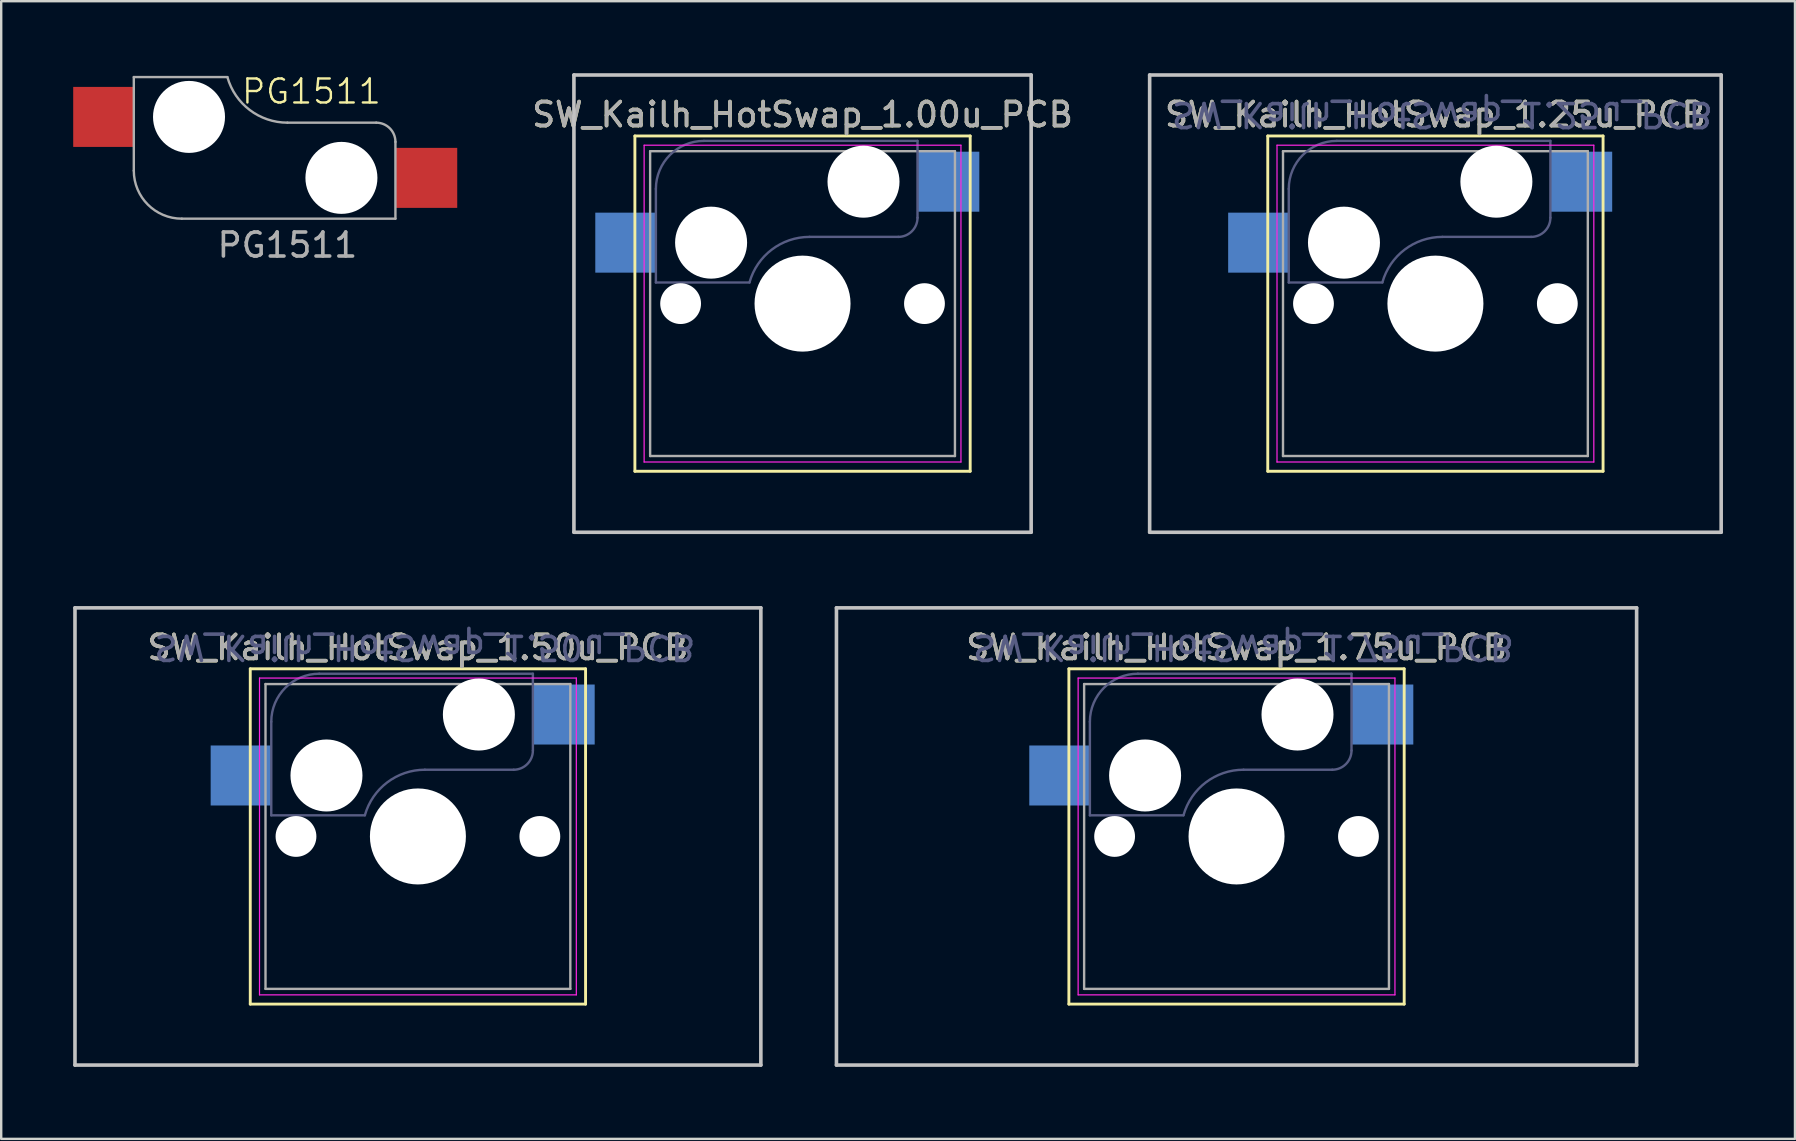
<source format=kicad_pcb>
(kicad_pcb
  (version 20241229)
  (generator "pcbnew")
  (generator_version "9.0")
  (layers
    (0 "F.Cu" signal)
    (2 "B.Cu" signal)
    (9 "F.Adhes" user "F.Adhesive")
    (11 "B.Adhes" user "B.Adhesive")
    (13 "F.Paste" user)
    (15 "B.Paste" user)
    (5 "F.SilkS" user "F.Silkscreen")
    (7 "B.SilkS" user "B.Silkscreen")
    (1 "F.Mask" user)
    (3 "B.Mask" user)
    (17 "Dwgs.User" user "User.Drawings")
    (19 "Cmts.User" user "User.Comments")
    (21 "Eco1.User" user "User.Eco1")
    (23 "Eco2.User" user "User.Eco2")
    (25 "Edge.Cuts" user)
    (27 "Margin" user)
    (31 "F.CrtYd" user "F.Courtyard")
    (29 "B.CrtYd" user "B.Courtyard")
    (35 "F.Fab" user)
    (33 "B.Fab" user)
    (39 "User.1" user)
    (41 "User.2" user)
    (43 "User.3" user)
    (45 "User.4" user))
  (footprint "SW_Kailh_HotSwap_1.00u_PCB"
    (layer "F.Cu")
    (at 32.927 4.52)
    (property "Reference" "SW_Kailh_HotSwap_1.00u_PCB" (at -2.54 -2.794 0) (layer "F.SilkS") (effects (font (size 1 1) (thickness 0.15))))
    (attr smd)
    (fp_line (start -9.525 -1.905) (end 4.445 -1.905) (stroke (width 0.12) (type solid)) (layer "F.SilkS"))
    (fp_line (start -9.525 12.065) (end -9.525 -1.905) (stroke (width 0.12) (type solid)) (layer "F.SilkS"))
    (fp_line (start 4.445 -1.905) (end 4.445 12.065) (stroke (width 0.12) (type solid)) (layer "F.SilkS"))
    (fp_line (start 4.445 12.065) (end -9.525 12.065) (stroke (width 0.12) (type solid)) (layer "F.SilkS"))
    (fp_line (start -12.065 -4.445) (end 6.985 -4.445) (stroke (width 0.15) (type solid)) (layer "Dwgs.User"))
    (fp_line (start -12.065 14.605) (end -12.065 -4.445) (stroke (width 0.15) (type solid)) (layer "Dwgs.User"))
    (fp_line (start 6.985 -4.445) (end 6.985 14.605) (stroke (width 0.15) (type solid)) (layer "Dwgs.User"))
    (fp_line (start 6.985 14.605) (end -12.065 14.605) (stroke (width 0.15) (type solid)) (layer "Dwgs.User"))
    (fp_line (start -9.14 -1.52) (end 4.06 -1.52) (stroke (width 0.05) (type solid)) (layer "F.CrtYd"))
    (fp_line (start -9.14 11.68) (end -9.14 -1.52) (stroke (width 0.05) (type solid)) (layer "F.CrtYd"))
    (fp_line (start 4.06 -1.52) (end 4.06 11.68) (stroke (width 0.05) (type solid)) (layer "F.CrtYd"))
    (fp_line (start 4.06 11.68) (end -9.14 11.68) (stroke (width 0.05) (type solid)) (layer "F.CrtYd"))
    (fp_line (start -8.65 0.3) (end -8.65 4.2) (stroke (width 0.1) (type default)) (layer "B.Fab"))
    (fp_line (start -6.65 -1.7) (end 2.25 -1.7) (stroke (width 0.1) (type default)) (layer "B.Fab"))
    (fp_line (start -4.75 4.2) (end -8.65 4.2) (stroke (width 0.1) (type default)) (layer "B.Fab"))
    (fp_line (start -2.25 2.3) (end 1.45 2.3) (stroke (width 0.1) (type default)) (layer "B.Fab"))
    (fp_line (start 2.25 1.5) (end 2.25 -1.7) (stroke (width 0.1) (type default)) (layer "B.Fab"))
    (fp_arc (start -8.65 0.3) (mid -8.064214 -1.114214) (end -6.65 -1.7) (stroke (width 0.1) (type default)) (layer "B.Fab"))
    (fp_arc (start -4.749999 4.19615) (mid -3.818867 2.82766) (end -2.25 2.3) (stroke (width 0.1) (type default)) (layer "B.Fab"))
    (fp_arc (start 2.25 1.5) (mid 2.015685 2.065685) (end 1.45 2.3) (stroke (width 0.1) (type default)) (layer "B.Fab"))
    (fp_line (start -8.89 -1.27) (end 3.81 -1.27) (stroke (width 0.1) (type solid)) (layer "F.Fab"))
    (fp_line (start -8.89 11.43) (end -8.89 -1.27) (stroke (width 0.1) (type solid)) (layer "F.Fab"))
    (fp_line (start 3.81 -1.27) (end 3.81 11.43) (stroke (width 0.1) (type solid)) (layer "F.Fab"))
    (fp_line (start 3.81 11.43) (end -8.89 11.43) (stroke (width 0.1) (type solid)) (layer "F.Fab"))
    (fp_text user "${REFERENCE}" (at -2.54 -2.794 0) (layer "F.Fab") (effects (font (size 1 1) (thickness 0.15))))
    (pad "" np_thru_hole circle (at -7.62 5.08) (size 1.7 1.7) (drill 1.7) (layers "*.Cu" "*.Mask"))
    (pad "" np_thru_hole circle (at -6.35 2.54 180) (size 3 3) (drill 3) (layers "*.Cu"))
    (pad "" np_thru_hole circle (at -2.54 5.08) (size 4 4) (drill 4) (layers "*.Cu" "*.Mask"))
    (pad "" np_thru_hole circle (at 0 0 180) (size 3 3) (drill 3) (layers "*.Cu"))
    (pad "" np_thru_hole circle (at 2.54 5.08) (size 1.7 1.7) (drill 1.7) (layers "*.Cu" "*.Mask"))
    (pad "1" smd rect (at 3.55 0 180) (size 2.55 2.5) (layers "B.Cu" "B.Mask" "B.Paste"))
    (pad "2" smd rect (at -9.9 2.54 180) (size 2.55 2.5) (layers "B.Cu" "B.Mask" "B.Paste")))
  (footprint "SW_Kailh_HotSwap_1.75u_PCB"
    (layer "F.Cu")
    (at 51.009 26.72)
    (property "Reference" "SW_Kailh_HotSwap_1.75u_PCB" (at -2.54 -2.794 0) (layer "F.SilkS") (effects (font (size 1 1) (thickness 0.15))))
    (attr smd)
    (fp_line (start -9.525 -1.905) (end 4.445 -1.905) (stroke (width 0.12) (type solid)) (layer "F.SilkS"))
    (fp_line (start -9.525 12.065) (end -9.525 -1.905) (stroke (width 0.12) (type solid)) (layer "F.SilkS"))
    (fp_line (start 4.445 -1.905) (end 4.445 12.065) (stroke (width 0.12) (type solid)) (layer "F.SilkS"))
    (fp_line (start 4.445 12.065) (end -9.525 12.065) (stroke (width 0.12) (type solid)) (layer "F.SilkS"))
    (fp_line (start -19.209 -4.445) (end 14.129 -4.445) (stroke (width 0.15) (type solid)) (layer "Dwgs.User"))
    (fp_line (start -19.209 14.605) (end -19.209 -4.445) (stroke (width 0.15) (type solid)) (layer "Dwgs.User"))
    (fp_line (start 14.129 -4.445) (end 14.129 14.605) (stroke (width 0.15) (type solid)) (layer "Dwgs.User"))
    (fp_line (start 14.129 14.605) (end -19.209 14.605) (stroke (width 0.15) (type solid)) (layer "Dwgs.User"))
    (fp_line (start -9.14 -1.52) (end 4.06 -1.52) (stroke (width 0.05) (type solid)) (layer "F.CrtYd"))
    (fp_line (start -9.14 11.68) (end -9.14 -1.52) (stroke (width 0.05) (type solid)) (layer "F.CrtYd"))
    (fp_line (start 4.06 -1.52) (end 4.06 11.68) (stroke (width 0.05) (type solid)) (layer "F.CrtYd"))
    (fp_line (start 4.06 11.68) (end -9.14 11.68) (stroke (width 0.05) (type solid)) (layer "F.CrtYd"))
    (fp_line (start -8.65 0.3) (end -8.65 4.2) (stroke (width 0.1) (type default)) (layer "B.Fab"))
    (fp_line (start -6.65 -1.7) (end 2.25 -1.7) (stroke (width 0.1) (type default)) (layer "B.Fab"))
    (fp_line (start -4.75 4.2) (end -8.65 4.2) (stroke (width 0.1) (type default)) (layer "B.Fab"))
    (fp_line (start -2.25 2.3) (end 1.45 2.3) (stroke (width 0.1) (type default)) (layer "B.Fab"))
    (fp_line (start 2.25 1.5) (end 2.25 -1.7) (stroke (width 0.1) (type default)) (layer "B.Fab"))
    (fp_arc (start -8.65 0.3) (mid -8.064214 -1.114214) (end -6.65 -1.7) (stroke (width 0.1) (type default)) (layer "B.Fab"))
    (fp_arc (start -4.749999 4.19615) (mid -3.818867 2.82766) (end -2.25 2.3) (stroke (width 0.1) (type default)) (layer "B.Fab"))
    (fp_arc (start 2.25 1.5) (mid 2.015685 2.065685) (end 1.45 2.3) (stroke (width 0.1) (type default)) (layer "B.Fab"))
    (fp_line (start -8.89 -1.27) (end 3.81 -1.27) (stroke (width 0.1) (type solid)) (layer "F.Fab"))
    (fp_line (start -8.89 11.43) (end -8.89 -1.27) (stroke (width 0.1) (type solid)) (layer "F.Fab"))
    (fp_line (start 3.81 -1.27) (end 3.81 11.43) (stroke (width 0.1) (type solid)) (layer "F.Fab"))
    (fp_line (start 3.81 11.43) (end -8.89 11.43) (stroke (width 0.1) (type solid)) (layer "F.Fab"))
    (fp_text user "${REFERENCE}" (at -2.25 -2.8 180) (unlocked yes) (layer "B.Fab") (effects (font (size 1 1) (thickness 0.15)) (justify mirror)))
    (fp_text user "${REFERENCE}" (at -2.54 -2.794 0) (layer "F.Fab") (effects (font (size 1 1) (thickness 0.15))))
    (pad "" np_thru_hole circle (at -7.62 5.08) (size 1.7 1.7) (drill 1.7) (layers "*.Cu" "*.Mask"))
    (pad "" np_thru_hole circle (at -6.35 2.54 180) (size 3 3) (drill 3) (layers "*.Cu"))
    (pad "" np_thru_hole circle (at -2.54 5.08) (size 4 4) (drill 4) (layers "*.Cu" "*.Mask"))
    (pad "" np_thru_hole circle (at 0 0 180) (size 3 3) (drill 3) (layers "*.Cu"))
    (pad "" np_thru_hole circle (at 2.54 5.08) (size 1.7 1.7) (drill 1.7) (layers "*.Cu" "*.Mask"))
    (pad "1" smd rect (at 3.55 0 180) (size 2.55 2.5) (layers "B.Cu" "B.Mask" "B.Paste"))
    (pad "2" smd rect (at -9.9 2.54 180) (size 2.55 2.5) (layers "B.Cu" "B.Mask" "B.Paste")))
  (footprint "SW_Kailh_HotSwap_1.25u_PCB"
    (layer "F.Cu")
    (at 59.295 4.52)
    (property "Reference" "SW_Kailh_HotSwap_1.25u_PCB" (at -2.54 -2.794 0) (layer "F.SilkS") (effects (font (size 1 1) (thickness 0.15))))
    (attr smd)
    (fp_line (start -9.525 -1.905) (end 4.445 -1.905) (stroke (width 0.12) (type solid)) (layer "F.SilkS"))
    (fp_line (start -9.525 12.065) (end -9.525 -1.905) (stroke (width 0.12) (type solid)) (layer "F.SilkS"))
    (fp_line (start 4.445 -1.905) (end 4.445 12.065) (stroke (width 0.12) (type solid)) (layer "F.SilkS"))
    (fp_line (start 4.445 12.065) (end -9.525 12.065) (stroke (width 0.12) (type solid)) (layer "F.SilkS"))
    (fp_line (start -14.446 -4.445) (end 9.366 -4.445) (stroke (width 0.15) (type solid)) (layer "Dwgs.User"))
    (fp_line (start -14.446 14.605) (end -14.446 -4.445) (stroke (width 0.15) (type solid)) (layer "Dwgs.User"))
    (fp_line (start 9.366 -4.445) (end 9.366 14.605) (stroke (width 0.15) (type solid)) (layer "Dwgs.User"))
    (fp_line (start 9.366 14.605) (end -14.446 14.605) (stroke (width 0.15) (type solid)) (layer "Dwgs.User"))
    (fp_line (start -9.14 -1.52) (end 4.06 -1.52) (stroke (width 0.05) (type solid)) (layer "F.CrtYd"))
    (fp_line (start -9.14 11.68) (end -9.14 -1.52) (stroke (width 0.05) (type solid)) (layer "F.CrtYd"))
    (fp_line (start 4.06 -1.52) (end 4.06 11.68) (stroke (width 0.05) (type solid)) (layer "F.CrtYd"))
    (fp_line (start 4.06 11.68) (end -9.14 11.68) (stroke (width 0.05) (type solid)) (layer "F.CrtYd"))
    (fp_line (start -8.65 0.3) (end -8.65 4.2) (stroke (width 0.1) (type default)) (layer "B.Fab"))
    (fp_line (start -6.65 -1.7) (end 2.25 -1.7) (stroke (width 0.1) (type default)) (layer "B.Fab"))
    (fp_line (start -4.75 4.2) (end -8.65 4.2) (stroke (width 0.1) (type default)) (layer "B.Fab"))
    (fp_line (start -2.25 2.3) (end 1.45 2.3) (stroke (width 0.1) (type default)) (layer "B.Fab"))
    (fp_line (start 2.25 1.5) (end 2.25 -1.7) (stroke (width 0.1) (type default)) (layer "B.Fab"))
    (fp_arc (start -8.65 0.3) (mid -8.064214 -1.114214) (end -6.65 -1.7) (stroke (width 0.1) (type default)) (layer "B.Fab"))
    (fp_arc (start -4.749999 4.19615) (mid -3.818867 2.82766) (end -2.25 2.3) (stroke (width 0.1) (type default)) (layer "B.Fab"))
    (fp_arc (start 2.25 1.5) (mid 2.015685 2.065685) (end 1.45 2.3) (stroke (width 0.1) (type default)) (layer "B.Fab"))
    (fp_line (start -8.89 -1.27) (end 3.81 -1.27) (stroke (width 0.1) (type solid)) (layer "F.Fab"))
    (fp_line (start -8.89 11.43) (end -8.89 -1.27) (stroke (width 0.1) (type solid)) (layer "F.Fab"))
    (fp_line (start 3.81 -1.27) (end 3.81 11.43) (stroke (width 0.1) (type solid)) (layer "F.Fab"))
    (fp_line (start 3.81 11.43) (end -8.89 11.43) (stroke (width 0.1) (type solid)) (layer "F.Fab"))
    (fp_text user "${REFERENCE}" (at -2.25 -2.8 180) (unlocked yes) (layer "B.Fab") (effects (font (size 1 1) (thickness 0.15)) (justify mirror)))
    (fp_text user "${REFERENCE}" (at -2.54 -2.794 0) (layer "F.Fab") (effects (font (size 1 1) (thickness 0.15))))
    (pad "" np_thru_hole circle (at -7.62 5.08) (size 1.7 1.7) (drill 1.7) (layers "*.Cu" "*.Mask"))
    (pad "" np_thru_hole circle (at -6.35 2.54 180) (size 3 3) (drill 3) (layers "*.Cu"))
    (pad "" np_thru_hole circle (at -2.54 5.08) (size 4 4) (drill 4) (layers "*.Cu" "*.Mask"))
    (pad "" np_thru_hole circle (at 0 0 180) (size 3 3) (drill 3) (layers "*.Cu"))
    (pad "" np_thru_hole circle (at 2.54 5.08) (size 1.7 1.7) (drill 1.7) (layers "*.Cu" "*.Mask"))
    (pad "1" smd rect (at 3.55 0 180) (size 2.55 2.5) (layers "B.Cu" "B.Mask" "B.Paste"))
    (pad "2" smd rect (at -9.9 2.54 180) (size 2.55 2.5) (layers "B.Cu" "B.Mask" "B.Paste")))
  (footprint "PG1511"
    (layer "F.Cu")
    (at 14.725 4.361)
    (property "Reference" "PG1511" (at -4.8 -3.6 0) (unlocked yes) (layer "F.SilkS") (effects (font (size 1 1) (thickness 0.1))))
    (attr smd)
    (fp_line (start -12.2 -4.2) (end -12.2 -0.3) (stroke (width 0.1) (type default)) (layer "F.Fab"))
    (fp_line (start -12.2 -4.2) (end -8.3 -4.2) (stroke (width 0.1) (type default)) (layer "F.Fab"))
    (fp_line (start -2.1 -2.3) (end -5.8 -2.3) (stroke (width 0.1) (type default)) (layer "F.Fab"))
    (fp_line (start -1.3 1.7) (end -10.2 1.7) (stroke (width 0.1) (type default)) (layer "F.Fab"))
    (fp_line (start -1.3 1.7) (end -1.3 -1.5) (stroke (width 0.1) (type default)) (layer "F.Fab"))
    (fp_arc (start -10.2 1.7) (mid -11.614214 1.114214) (end -12.2 -0.3) (stroke (width 0.1) (type default)) (layer "F.Fab"))
    (fp_arc (start -5.8 -2.3) (mid -7.368867 -2.82766) (end -8.299999 -4.19615) (stroke (width 0.1) (type default)) (layer "F.Fab"))
    (fp_arc (start -2.1 -2.3) (mid -1.534315 -2.065685) (end -1.3 -1.5) (stroke (width 0.1) (type default)) (layer "F.Fab"))
    (fp_text user "${REFERENCE}" (at -5.8 2.8 0) (unlocked yes) (layer "F.Fab") (effects (font (size 1 1) (thickness 0.15))))
    (pad "" np_thru_hole circle (at -9.9 -2.54) (size 3 3) (drill 3) (layers "*.Cu"))
    (pad "" np_thru_hole circle (at -3.55 0) (size 3 3) (drill 3) (layers "*.Cu"))
    (pad "1" smd rect (at 0 0) (size 2.55 2.5) (layers "F.Cu" "F.Mask" "F.Paste"))
    (pad "2" smd rect (at -13.45 -2.54) (size 2.55 2.5) (layers "F.Cu" "F.Mask" "F.Paste")))
  (footprint "SW_Kailh_HotSwap_1.50u_PCB"
    (layer "F.Cu")
    (at 16.902 26.72)
    (property "Reference" "SW_Kailh_HotSwap_1.50u_PCB" (at -2.54 -2.794 0) (layer "F.SilkS") (effects (font (size 1 1) (thickness 0.15))))
    (attr smd)
    (fp_line (start -9.525 -1.905) (end 4.445 -1.905) (stroke (width 0.12) (type solid)) (layer "F.SilkS"))
    (fp_line (start -9.525 12.065) (end -9.525 -1.905) (stroke (width 0.12) (type solid)) (layer "F.SilkS"))
    (fp_line (start 4.445 -1.905) (end 4.445 12.065) (stroke (width 0.12) (type solid)) (layer "F.SilkS"))
    (fp_line (start 4.445 12.065) (end -9.525 12.065) (stroke (width 0.12) (type solid)) (layer "F.SilkS"))
    (fp_line (start -16.828 -4.445) (end 11.748 -4.445) (stroke (width 0.15) (type solid)) (layer "Dwgs.User"))
    (fp_line (start -16.828 14.605) (end -16.828 -4.445) (stroke (width 0.15) (type solid)) (layer "Dwgs.User"))
    (fp_line (start 11.748 -4.445) (end 11.748 14.605) (stroke (width 0.15) (type solid)) (layer "Dwgs.User"))
    (fp_line (start 11.748 14.605) (end -16.828 14.605) (stroke (width 0.15) (type solid)) (layer "Dwgs.User"))
    (fp_line (start -9.14 -1.52) (end 4.06 -1.52) (stroke (width 0.05) (type solid)) (layer "F.CrtYd"))
    (fp_line (start -9.14 11.68) (end -9.14 -1.52) (stroke (width 0.05) (type solid)) (layer "F.CrtYd"))
    (fp_line (start 4.06 -1.52) (end 4.06 11.68) (stroke (width 0.05) (type solid)) (layer "F.CrtYd"))
    (fp_line (start 4.06 11.68) (end -9.14 11.68) (stroke (width 0.05) (type solid)) (layer "F.CrtYd"))
    (fp_line (start -8.65 0.3) (end -8.65 4.2) (stroke (width 0.1) (type default)) (layer "B.Fab"))
    (fp_line (start -6.65 -1.7) (end 2.25 -1.7) (stroke (width 0.1) (type default)) (layer "B.Fab"))
    (fp_line (start -4.75 4.2) (end -8.65 4.2) (stroke (width 0.1) (type default)) (layer "B.Fab"))
    (fp_line (start -2.25 2.3) (end 1.45 2.3) (stroke (width 0.1) (type default)) (layer "B.Fab"))
    (fp_line (start 2.25 1.5) (end 2.25 -1.7) (stroke (width 0.1) (type default)) (layer "B.Fab"))
    (fp_arc (start -8.65 0.3) (mid -8.064214 -1.114214) (end -6.65 -1.7) (stroke (width 0.1) (type default)) (layer "B.Fab"))
    (fp_arc (start -4.749999 4.19615) (mid -3.818867 2.82766) (end -2.25 2.3) (stroke (width 0.1) (type default)) (layer "B.Fab"))
    (fp_arc (start 2.25 1.5) (mid 2.015685 2.065685) (end 1.45 2.3) (stroke (width 0.1) (type default)) (layer "B.Fab"))
    (fp_line (start -8.89 -1.27) (end 3.81 -1.27) (stroke (width 0.1) (type solid)) (layer "F.Fab"))
    (fp_line (start -8.89 11.43) (end -8.89 -1.27) (stroke (width 0.1) (type solid)) (layer "F.Fab"))
    (fp_line (start 3.81 -1.27) (end 3.81 11.43) (stroke (width 0.1) (type solid)) (layer "F.Fab"))
    (fp_line (start 3.81 11.43) (end -8.89 11.43) (stroke (width 0.1) (type solid)) (layer "F.Fab"))
    (fp_text user "${REFERENCE}" (at -2.25 -2.8 180) (unlocked yes) (layer "B.Fab") (effects (font (size 1 1) (thickness 0.15)) (justify mirror)))
    (fp_text user "${REFERENCE}" (at -2.54 -2.794 0) (layer "F.Fab") (effects (font (size 1 1) (thickness 0.15))))
    (pad "" np_thru_hole circle (at -7.62 5.08) (size 1.7 1.7) (drill 1.7) (layers "*.Cu" "*.Mask"))
    (pad "" np_thru_hole circle (at -6.35 2.54 180) (size 3 3) (drill 3) (layers "*.Cu"))
    (pad "" np_thru_hole circle (at -2.54 5.08) (size 4 4) (drill 4) (layers "*.Cu" "*.Mask"))
    (pad "" np_thru_hole circle (at 0 0 180) (size 3 3) (drill 3) (layers "*.Cu"))
    (pad "" np_thru_hole circle (at 2.54 5.08) (size 1.7 1.7) (drill 1.7) (layers "*.Cu" "*.Mask"))
    (pad "1" smd rect (at 3.55 0 180) (size 2.55 2.5) (layers "B.Cu" "B.Mask" "B.Paste"))
    (pad "2" smd rect (at -9.9 2.54 180) (size 2.55 2.5) (layers "B.Cu" "B.Mask" "B.Paste")))
  (gr_rect
    (start -3 -3)
    (end 71.736 44.4)
    (stroke (width 0.1) (type default))
    (fill no)
    (layer "Edge.Cuts")))
</source>
